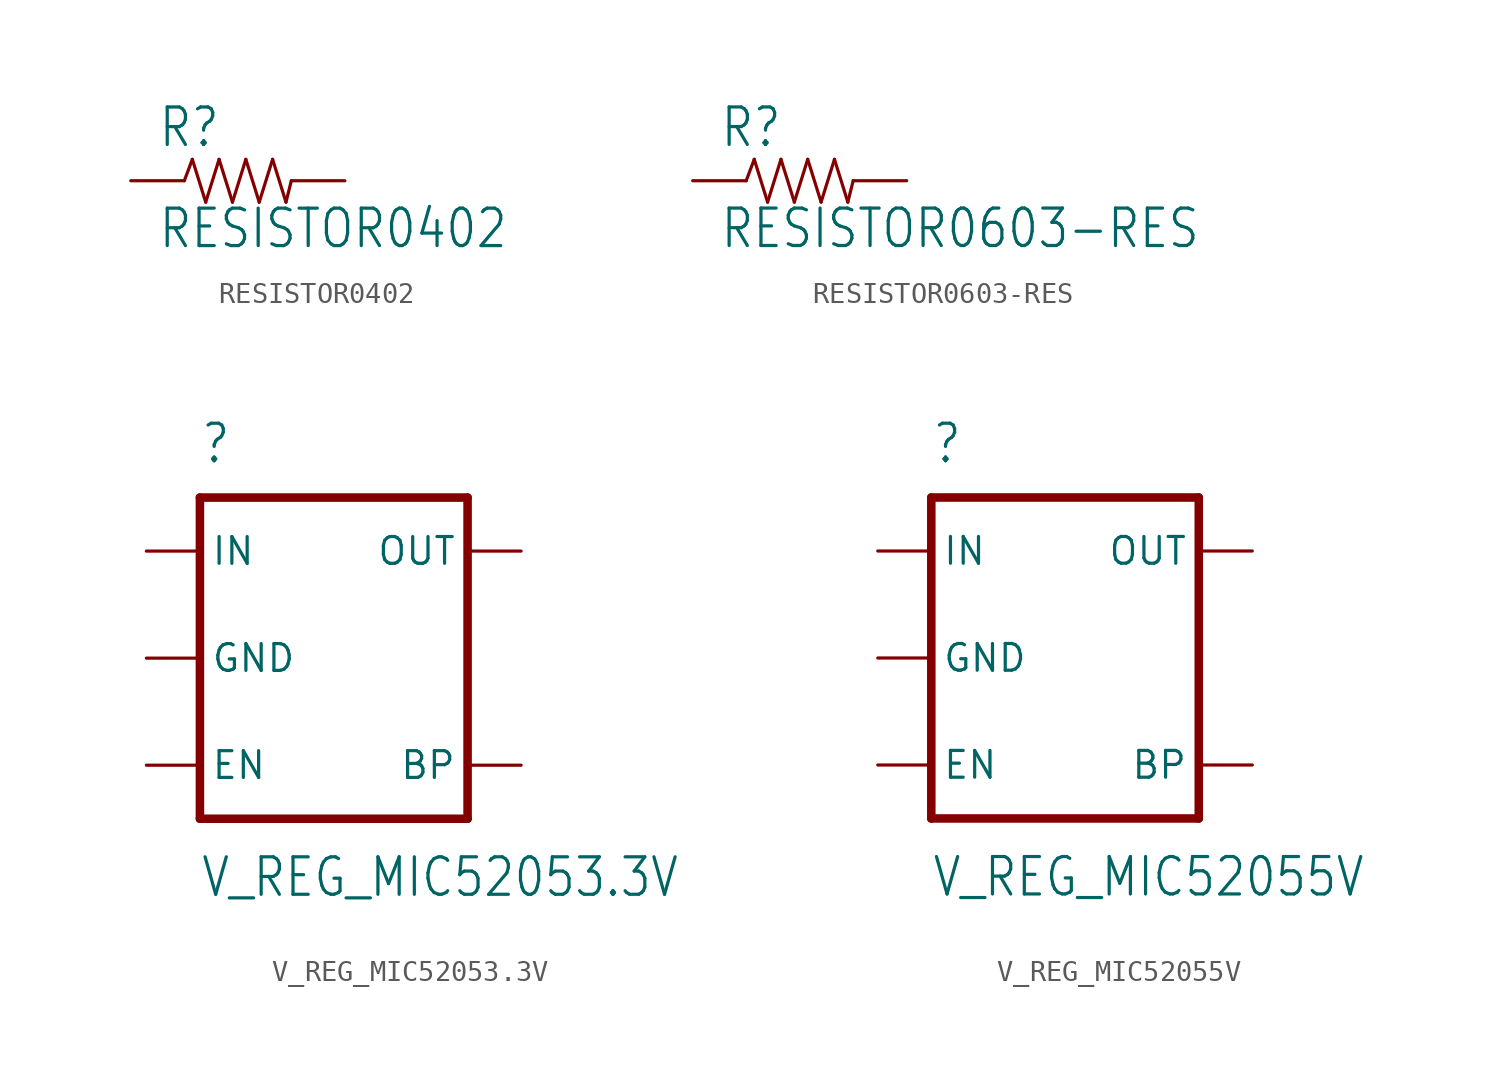
<source format=kicad_sym>
(kicad_symbol_lib
  (version 20211014)
  (generator kicad_symbol_editor)
  (symbol "RESISTOR0402"
    (property "Reference" "R"
      (at -3.81 1.499 0)
      (effects (font (size 1.778 1.511)) (justify left bottom)))
    (property "Value" "RESISTOR0402"
      (at -3.81 -3.302 0)
      (effects (font (size 1.778 1.511)) (justify left bottom)))
    (property "ki_locked" ""
      (at 0 0 0)
      (effects (font (size 1.27 1.27))))
    (symbol "RESISTOR0402_1_0"
      (polyline (pts (xy -2.54 0) (xy -2.159 1.016)) (stroke (width 0.152) (type default) (color 0 0 0 0)) (fill (type none)))
      (polyline (pts (xy -2.159 1.016) (xy -1.524 -1.016)) (stroke (width 0.152) (type default) (color 0 0 0 0)) (fill (type none)))
      (polyline (pts (xy -1.524 -1.016) (xy -0.889 1.016)) (stroke (width 0.152) (type default) (color 0 0 0 0)) (fill (type none)))
      (polyline (pts (xy -0.889 1.016) (xy -0.254 -1.016)) (stroke (width 0.152) (type default) (color 0 0 0 0)) (fill (type none)))
      (polyline (pts (xy -0.254 -1.016) (xy 0.381 1.016)) (stroke (width 0.152) (type default) (color 0 0 0 0)) (fill (type none)))
      (polyline (pts (xy 0.381 1.016) (xy 1.016 -1.016)) (stroke (width 0.152) (type default) (color 0 0 0 0)) (fill (type none)))
      (polyline (pts (xy 1.016 -1.016) (xy 1.651 1.016)) (stroke (width 0.152) (type default) (color 0 0 0 0)) (fill (type none)))
      (polyline (pts (xy 1.651 1.016) (xy 2.286 -1.016)) (stroke (width 0.152) (type default) (color 0 0 0 0)) (fill (type none)))
      (polyline (pts (xy 2.286 -1.016) (xy 2.54 0)) (stroke (width 0.152) (type default) (color 0 0 0 0)) (fill (type none)))
      (pin passive line (at -5.08 0 0) (length 2.54) (name "1" (effects (font (size 0 0)))) (number "1" (effects (font (size 0 0)))))
      (pin passive line (at 5.08 0 180) (length 2.54) (name "2" (effects (font (size 0 0)))) (number "2" (effects (font (size 0 0)))))))
  (symbol "RESISTOR0603-RES"
    (property "Reference" "R"
      (at -3.81 1.499 0)
      (effects (font (size 1.778 1.511)) (justify left bottom)))
    (property "Value" "RESISTOR0603-RES"
      (at -3.81 -3.302 0)
      (effects (font (size 1.778 1.511)) (justify left bottom)))
    (property "ki_locked" ""
      (at 0 0 0)
      (effects (font (size 1.27 1.27))))
    (symbol "RESISTOR0603-RES_1_0"
      (polyline (pts (xy -2.54 0) (xy -2.159 1.016)) (stroke (width 0.152) (type default) (color 0 0 0 0)) (fill (type none)))
      (polyline (pts (xy -2.159 1.016) (xy -1.524 -1.016)) (stroke (width 0.152) (type default) (color 0 0 0 0)) (fill (type none)))
      (polyline (pts (xy -1.524 -1.016) (xy -0.889 1.016)) (stroke (width 0.152) (type default) (color 0 0 0 0)) (fill (type none)))
      (polyline (pts (xy -0.889 1.016) (xy -0.254 -1.016)) (stroke (width 0.152) (type default) (color 0 0 0 0)) (fill (type none)))
      (polyline (pts (xy -0.254 -1.016) (xy 0.381 1.016)) (stroke (width 0.152) (type default) (color 0 0 0 0)) (fill (type none)))
      (polyline (pts (xy 0.381 1.016) (xy 1.016 -1.016)) (stroke (width 0.152) (type default) (color 0 0 0 0)) (fill (type none)))
      (polyline (pts (xy 1.016 -1.016) (xy 1.651 1.016)) (stroke (width 0.152) (type default) (color 0 0 0 0)) (fill (type none)))
      (polyline (pts (xy 1.651 1.016) (xy 2.286 -1.016)) (stroke (width 0.152) (type default) (color 0 0 0 0)) (fill (type none)))
      (polyline (pts (xy 2.286 -1.016) (xy 2.54 0)) (stroke (width 0.152) (type default) (color 0 0 0 0)) (fill (type none)))
      (pin passive line (at -5.08 0 0) (length 2.54) (name "1" (effects (font (size 0 0)))) (number "1" (effects (font (size 0 0)))))
      (pin passive line (at 5.08 0 180) (length 2.54) (name "2" (effects (font (size 0 0)))) (number "2" (effects (font (size 0 0)))))))
  (symbol "V_REG_MIC52053.3V"
    (property "Reference" ""
      (at -7.62 9.144 0)
      (effects (font (size 1.778 1.511)) (justify left bottom)))
    (property "Value" "V_REG_MIC52053.3V"
      (at -7.62 -11.43 0)
      (effects (font (size 1.778 1.511)) (justify left bottom)))
    (property "ki_locked" ""
      (at 0 0 0)
      (effects (font (size 1.27 1.27))))
    (symbol "V_REG_MIC52053.3V_1_0"
      (polyline (pts (xy -7.62 -7.62) (xy 5.08 -7.62)) (stroke (width 0.406) (type default) (color 0 0 0 0)) (fill (type none)))
      (polyline (pts (xy -7.62 7.62) (xy -7.62 -7.62)) (stroke (width 0.406) (type default) (color 0 0 0 0)) (fill (type none)))
      (polyline (pts (xy 5.08 -7.62) (xy 5.08 7.62)) (stroke (width 0.406) (type default) (color 0 0 0 0)) (fill (type none)))
      (polyline (pts (xy 5.08 7.62) (xy -7.62 7.62)) (stroke (width 0.406) (type default) (color 0 0 0 0)) (fill (type none)))
      (pin input line (at -10.16 5.08 0) (length 2.54) (name "IN" (effects (font (size 1.27 1.27)))) (number "1" (effects (font (size 0 0)))))
      (pin input line (at -10.16 0 0) (length 2.54) (name "GND" (effects (font (size 1.27 1.27)))) (number "2" (effects (font (size 0 0)))))
      (pin input line (at -10.16 -5.08 0) (length 2.54) (name "EN" (effects (font (size 1.27 1.27)))) (number "3" (effects (font (size 0 0)))))
      (pin input line (at 7.62 -5.08 180) (length 2.54) (name "BP" (effects (font (size 1.27 1.27)))) (number "4" (effects (font (size 0 0)))))
      (pin passive line (at 7.62 5.08 180) (length 2.54) (name "OUT" (effects (font (size 1.27 1.27)))) (number "5" (effects (font (size 0 0)))))))
  (symbol "V_REG_MIC52055V"
    (property "Reference" ""
      (at -7.62 9.144 0)
      (effects (font (size 1.778 1.511)) (justify left bottom)))
    (property "Value" "V_REG_MIC52055V"
      (at -7.62 -11.43 0)
      (effects (font (size 1.778 1.511)) (justify left bottom)))
    (property "ki_locked" ""
      (at 0 0 0)
      (effects (font (size 1.27 1.27))))
    (symbol "V_REG_MIC52055V_1_0"
      (polyline (pts (xy -7.62 -7.62) (xy 5.08 -7.62)) (stroke (width 0.406) (type default) (color 0 0 0 0)) (fill (type none)))
      (polyline (pts (xy -7.62 7.62) (xy -7.62 -7.62)) (stroke (width 0.406) (type default) (color 0 0 0 0)) (fill (type none)))
      (polyline (pts (xy 5.08 -7.62) (xy 5.08 7.62)) (stroke (width 0.406) (type default) (color 0 0 0 0)) (fill (type none)))
      (polyline (pts (xy 5.08 7.62) (xy -7.62 7.62)) (stroke (width 0.406) (type default) (color 0 0 0 0)) (fill (type none)))
      (pin input line (at -10.16 5.08 0) (length 2.54) (name "IN" (effects (font (size 1.27 1.27)))) (number "1" (effects (font (size 0 0)))))
      (pin input line (at -10.16 0 0) (length 2.54) (name "GND" (effects (font (size 1.27 1.27)))) (number "2" (effects (font (size 0 0)))))
      (pin input line (at -10.16 -5.08 0) (length 2.54) (name "EN" (effects (font (size 1.27 1.27)))) (number "3" (effects (font (size 0 0)))))
      (pin input line (at 7.62 -5.08 180) (length 2.54) (name "BP" (effects (font (size 1.27 1.27)))) (number "4" (effects (font (size 0 0)))))
      (pin passive line (at 7.62 5.08 180) (length 2.54) (name "OUT" (effects (font (size 1.27 1.27)))) (number "5" (effects (font (size 0 0))))))))
</source>
